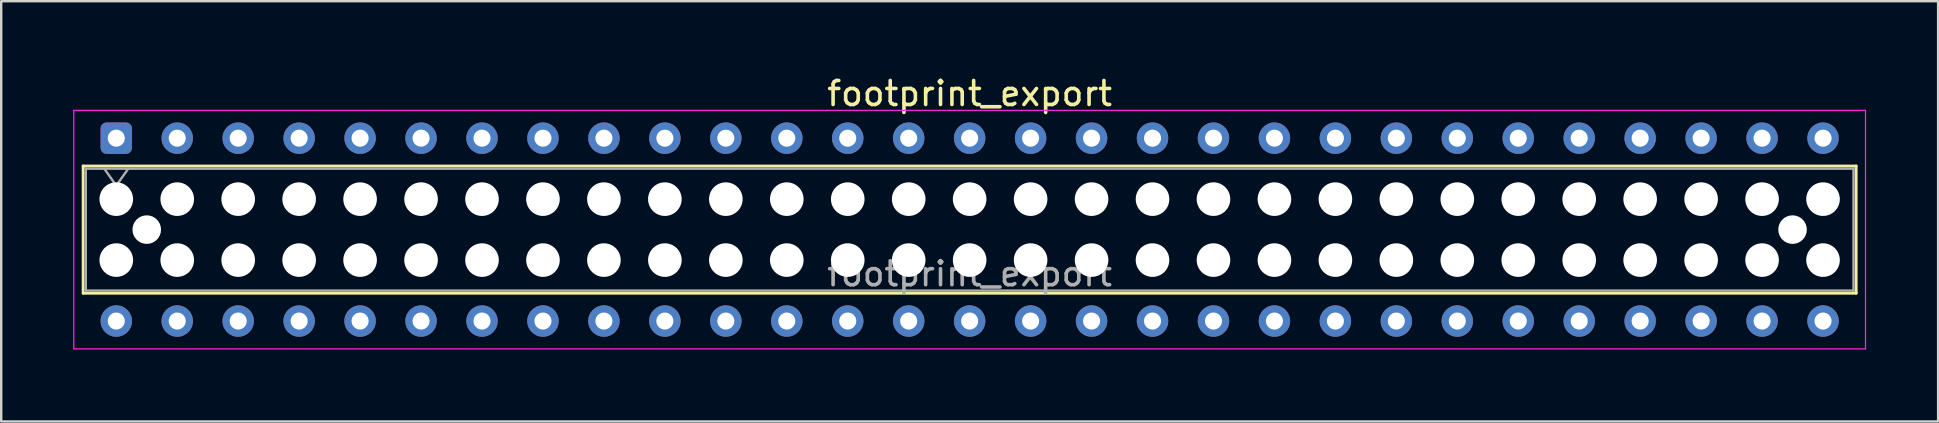
<source format=kicad_pcb>
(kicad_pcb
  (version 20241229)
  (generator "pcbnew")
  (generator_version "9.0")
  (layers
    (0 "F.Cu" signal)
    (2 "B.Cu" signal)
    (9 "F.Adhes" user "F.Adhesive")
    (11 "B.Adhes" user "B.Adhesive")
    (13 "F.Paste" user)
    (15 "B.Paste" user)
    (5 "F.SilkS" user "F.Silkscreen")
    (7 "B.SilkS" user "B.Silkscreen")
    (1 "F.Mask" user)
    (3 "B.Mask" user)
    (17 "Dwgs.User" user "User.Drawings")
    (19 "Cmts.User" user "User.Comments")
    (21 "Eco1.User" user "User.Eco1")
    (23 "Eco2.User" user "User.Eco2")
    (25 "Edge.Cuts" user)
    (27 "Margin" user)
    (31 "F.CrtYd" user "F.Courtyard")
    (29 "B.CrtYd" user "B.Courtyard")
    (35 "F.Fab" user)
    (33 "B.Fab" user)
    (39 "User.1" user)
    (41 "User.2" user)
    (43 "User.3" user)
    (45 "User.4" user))
  (footprint "footprint_export"
    (layer "F.Cu")
    (at 1.795 2.708)
    (property "Reference" "footprint_export" (at 35.56 -1.86 0) (layer "F.SilkS") (effects (font (size 1 1) (thickness 0.15))))
    (attr through_hole)
    (fp_line (start -1.38 1.16) (end 72.5 1.16) (stroke (width 0.12) (type solid)) (layer "F.SilkS"))
    (fp_line (start -1.38 6.46) (end -1.38 1.16) (stroke (width 0.12) (type solid)) (layer "F.SilkS"))
    (fp_line (start 72.5 1.16) (end 72.5 6.46) (stroke (width 0.12) (type solid)) (layer "F.SilkS"))
    (fp_line (start 72.5 6.46) (end -1.38 6.46) (stroke (width 0.12) (type solid)) (layer "F.SilkS"))
    (fp_line (start -1.77 -1.16) (end 72.89 -1.16) (stroke (width 0.05) (type solid)) (layer "F.CrtYd"))
    (fp_line (start -1.77 8.78) (end -1.77 -1.16) (stroke (width 0.05) (type solid)) (layer "F.CrtYd"))
    (fp_line (start 72.89 -1.16) (end 72.89 8.78) (stroke (width 0.05) (type solid)) (layer "F.CrtYd"))
    (fp_line (start 72.89 8.78) (end -1.77 8.78) (stroke (width 0.05) (type solid)) (layer "F.CrtYd"))
    (fp_line (start -1.27 1.27) (end 72.39 1.27) (stroke (width 0.1) (type solid)) (layer "F.Fab"))
    (fp_line (start -1.27 6.35) (end -1.27 1.27) (stroke (width 0.1) (type solid)) (layer "F.Fab"))
    (fp_line (start -0.5 1.27) (end 0 1.977) (stroke (width 0.1) (type solid)) (layer "F.Fab"))
    (fp_line (start 0 1.977) (end 0.5 1.27) (stroke (width 0.1) (type solid)) (layer "F.Fab"))
    (fp_line (start 72.39 1.27) (end 72.39 6.35) (stroke (width 0.1) (type solid)) (layer "F.Fab"))
    (fp_line (start 72.39 6.35) (end -1.27 6.35) (stroke (width 0.1) (type solid)) (layer "F.Fab"))
    (fp_text user "${REFERENCE}" (at 35.56 5.65 0) (layer "F.Fab") (effects (font (size 1 1) (thickness 0.15))))
    (pad "" np_thru_hole circle (at 0 2.54) (size 1.4 1.4) (drill 1.4) (layers "*.Cu" "*.Mask"))
    (pad "" np_thru_hole circle (at 0 5.08) (size 1.4 1.4) (drill 1.4) (layers "*.Cu" "*.Mask"))
    (pad "" np_thru_hole circle (at 1.27 3.81) (size 1.19 1.19) (drill 1.19) (layers "*.Cu" "*.Mask"))
    (pad "" np_thru_hole circle (at 2.54 2.54) (size 1.4 1.4) (drill 1.4) (layers "*.Cu" "*.Mask"))
    (pad "" np_thru_hole circle (at 2.54 5.08) (size 1.4 1.4) (drill 1.4) (layers "*.Cu" "*.Mask"))
    (pad "" np_thru_hole circle (at 5.08 2.54) (size 1.4 1.4) (drill 1.4) (layers "*.Cu" "*.Mask"))
    (pad "" np_thru_hole circle (at 5.08 5.08) (size 1.4 1.4) (drill 1.4) (layers "*.Cu" "*.Mask"))
    (pad "" np_thru_hole circle (at 7.62 2.54) (size 1.4 1.4) (drill 1.4) (layers "*.Cu" "*.Mask"))
    (pad "" np_thru_hole circle (at 7.62 5.08) (size 1.4 1.4) (drill 1.4) (layers "*.Cu" "*.Mask"))
    (pad "" np_thru_hole circle (at 10.16 2.54) (size 1.4 1.4) (drill 1.4) (layers "*.Cu" "*.Mask"))
    (pad "" np_thru_hole circle (at 10.16 5.08) (size 1.4 1.4) (drill 1.4) (layers "*.Cu" "*.Mask"))
    (pad "" np_thru_hole circle (at 12.7 2.54) (size 1.4 1.4) (drill 1.4) (layers "*.Cu" "*.Mask"))
    (pad "" np_thru_hole circle (at 12.7 5.08) (size 1.4 1.4) (drill 1.4) (layers "*.Cu" "*.Mask"))
    (pad "" np_thru_hole circle (at 15.24 2.54) (size 1.4 1.4) (drill 1.4) (layers "*.Cu" "*.Mask"))
    (pad "" np_thru_hole circle (at 15.24 5.08) (size 1.4 1.4) (drill 1.4) (layers "*.Cu" "*.Mask"))
    (pad "" np_thru_hole circle (at 17.78 2.54) (size 1.4 1.4) (drill 1.4) (layers "*.Cu" "*.Mask"))
    (pad "" np_thru_hole circle (at 17.78 5.08) (size 1.4 1.4) (drill 1.4) (layers "*.Cu" "*.Mask"))
    (pad "" np_thru_hole circle (at 20.32 2.54) (size 1.4 1.4) (drill 1.4) (layers "*.Cu" "*.Mask"))
    (pad "" np_thru_hole circle (at 20.32 5.08) (size 1.4 1.4) (drill 1.4) (layers "*.Cu" "*.Mask"))
    (pad "" np_thru_hole circle (at 22.86 2.54) (size 1.4 1.4) (drill 1.4) (layers "*.Cu" "*.Mask"))
    (pad "" np_thru_hole circle (at 22.86 5.08) (size 1.4 1.4) (drill 1.4) (layers "*.Cu" "*.Mask"))
    (pad "" np_thru_hole circle (at 25.4 2.54) (size 1.4 1.4) (drill 1.4) (layers "*.Cu" "*.Mask"))
    (pad "" np_thru_hole circle (at 25.4 5.08) (size 1.4 1.4) (drill 1.4) (layers "*.Cu" "*.Mask"))
    (pad "" np_thru_hole circle (at 27.94 2.54) (size 1.4 1.4) (drill 1.4) (layers "*.Cu" "*.Mask"))
    (pad "" np_thru_hole circle (at 27.94 5.08) (size 1.4 1.4) (drill 1.4) (layers "*.Cu" "*.Mask"))
    (pad "" np_thru_hole circle (at 30.48 2.54) (size 1.4 1.4) (drill 1.4) (layers "*.Cu" "*.Mask"))
    (pad "" np_thru_hole circle (at 30.48 5.08) (size 1.4 1.4) (drill 1.4) (layers "*.Cu" "*.Mask"))
    (pad "" np_thru_hole circle (at 33.02 2.54) (size 1.4 1.4) (drill 1.4) (layers "*.Cu" "*.Mask"))
    (pad "" np_thru_hole circle (at 33.02 5.08) (size 1.4 1.4) (drill 1.4) (layers "*.Cu" "*.Mask"))
    (pad "" np_thru_hole circle (at 35.56 2.54) (size 1.4 1.4) (drill 1.4) (layers "*.Cu" "*.Mask"))
    (pad "" np_thru_hole circle (at 35.56 5.08) (size 1.4 1.4) (drill 1.4) (layers "*.Cu" "*.Mask"))
    (pad "" np_thru_hole circle (at 38.1 2.54) (size 1.4 1.4) (drill 1.4) (layers "*.Cu" "*.Mask"))
    (pad "" np_thru_hole circle (at 38.1 5.08) (size 1.4 1.4) (drill 1.4) (layers "*.Cu" "*.Mask"))
    (pad "" np_thru_hole circle (at 40.64 2.54) (size 1.4 1.4) (drill 1.4) (layers "*.Cu" "*.Mask"))
    (pad "" np_thru_hole circle (at 40.64 5.08) (size 1.4 1.4) (drill 1.4) (layers "*.Cu" "*.Mask"))
    (pad "" np_thru_hole circle (at 43.18 2.54) (size 1.4 1.4) (drill 1.4) (layers "*.Cu" "*.Mask"))
    (pad "" np_thru_hole circle (at 43.18 5.08) (size 1.4 1.4) (drill 1.4) (layers "*.Cu" "*.Mask"))
    (pad "" np_thru_hole circle (at 45.72 2.54) (size 1.4 1.4) (drill 1.4) (layers "*.Cu" "*.Mask"))
    (pad "" np_thru_hole circle (at 45.72 5.08) (size 1.4 1.4) (drill 1.4) (layers "*.Cu" "*.Mask"))
    (pad "" np_thru_hole circle (at 48.26 2.54) (size 1.4 1.4) (drill 1.4) (layers "*.Cu" "*.Mask"))
    (pad "" np_thru_hole circle (at 48.26 5.08) (size 1.4 1.4) (drill 1.4) (layers "*.Cu" "*.Mask"))
    (pad "" np_thru_hole circle (at 50.8 2.54) (size 1.4 1.4) (drill 1.4) (layers "*.Cu" "*.Mask"))
    (pad "" np_thru_hole circle (at 50.8 5.08) (size 1.4 1.4) (drill 1.4) (layers "*.Cu" "*.Mask"))
    (pad "" np_thru_hole circle (at 53.34 2.54) (size 1.4 1.4) (drill 1.4) (layers "*.Cu" "*.Mask"))
    (pad "" np_thru_hole circle (at 53.34 5.08) (size 1.4 1.4) (drill 1.4) (layers "*.Cu" "*.Mask"))
    (pad "" np_thru_hole circle (at 55.88 2.54) (size 1.4 1.4) (drill 1.4) (layers "*.Cu" "*.Mask"))
    (pad "" np_thru_hole circle (at 55.88 5.08) (size 1.4 1.4) (drill 1.4) (layers "*.Cu" "*.Mask"))
    (pad "" np_thru_hole circle (at 58.42 2.54) (size 1.4 1.4) (drill 1.4) (layers "*.Cu" "*.Mask"))
    (pad "" np_thru_hole circle (at 58.42 5.08) (size 1.4 1.4) (drill 1.4) (layers "*.Cu" "*.Mask"))
    (pad "" np_thru_hole circle (at 60.96 2.54) (size 1.4 1.4) (drill 1.4) (layers "*.Cu" "*.Mask"))
    (pad "" np_thru_hole circle (at 60.96 5.08) (size 1.4 1.4) (drill 1.4) (layers "*.Cu" "*.Mask"))
    (pad "" np_thru_hole circle (at 63.5 2.54) (size 1.4 1.4) (drill 1.4) (layers "*.Cu" "*.Mask"))
    (pad "" np_thru_hole circle (at 63.5 5.08) (size 1.4 1.4) (drill 1.4) (layers "*.Cu" "*.Mask"))
    (pad "" np_thru_hole circle (at 66.04 2.54) (size 1.4 1.4) (drill 1.4) (layers "*.Cu" "*.Mask"))
    (pad "" np_thru_hole circle (at 66.04 5.08) (size 1.4 1.4) (drill 1.4) (layers "*.Cu" "*.Mask"))
    (pad "" np_thru_hole circle (at 68.58 2.54) (size 1.4 1.4) (drill 1.4) (layers "*.Cu" "*.Mask"))
    (pad "" np_thru_hole circle (at 68.58 5.08) (size 1.4 1.4) (drill 1.4) (layers "*.Cu" "*.Mask"))
    (pad "" np_thru_hole circle (at 69.85 3.81) (size 1.19 1.19) (drill 1.19) (layers "*.Cu" "*.Mask"))
    (pad "" np_thru_hole circle (at 71.12 2.54) (size 1.4 1.4) (drill 1.4) (layers "*.Cu" "*.Mask"))
    (pad "" np_thru_hole circle (at 71.12 5.08) (size 1.4 1.4) (drill 1.4) (layers "*.Cu" "*.Mask"))
    (pad "1" thru_hole roundrect (at 0 0) (size 1.31 1.31) (drill 0.71) (layers "*.Cu" "*.Mask") (roundrect_rratio 0.191))
    (pad "2" thru_hole circle (at 0 7.62) (size 1.31 1.31) (drill 0.71) (layers "*.Cu" "*.Mask"))
    (pad "3" thru_hole circle (at 2.54 0) (size 1.31 1.31) (drill 0.71) (layers "*.Cu" "*.Mask"))
    (pad "4" thru_hole circle (at 2.54 7.62) (size 1.31 1.31) (drill 0.71) (layers "*.Cu" "*.Mask"))
    (pad "5" thru_hole circle (at 5.08 0) (size 1.31 1.31) (drill 0.71) (layers "*.Cu" "*.Mask"))
    (pad "6" thru_hole circle (at 5.08 7.62) (size 1.31 1.31) (drill 0.71) (layers "*.Cu" "*.Mask"))
    (pad "7" thru_hole circle (at 7.62 0) (size 1.31 1.31) (drill 0.71) (layers "*.Cu" "*.Mask"))
    (pad "8" thru_hole circle (at 7.62 7.62) (size 1.31 1.31) (drill 0.71) (layers "*.Cu" "*.Mask"))
    (pad "9" thru_hole circle (at 10.16 0) (size 1.31 1.31) (drill 0.71) (layers "*.Cu" "*.Mask"))
    (pad "10" thru_hole circle (at 10.16 7.62) (size 1.31 1.31) (drill 0.71) (layers "*.Cu" "*.Mask"))
    (pad "11" thru_hole circle (at 12.7 0) (size 1.31 1.31) (drill 0.71) (layers "*.Cu" "*.Mask"))
    (pad "12" thru_hole circle (at 12.7 7.62) (size 1.31 1.31) (drill 0.71) (layers "*.Cu" "*.Mask"))
    (pad "13" thru_hole circle (at 15.24 0) (size 1.31 1.31) (drill 0.71) (layers "*.Cu" "*.Mask"))
    (pad "14" thru_hole circle (at 15.24 7.62) (size 1.31 1.31) (drill 0.71) (layers "*.Cu" "*.Mask"))
    (pad "15" thru_hole circle (at 17.78 0) (size 1.31 1.31) (drill 0.71) (layers "*.Cu" "*.Mask"))
    (pad "16" thru_hole circle (at 17.78 7.62) (size 1.31 1.31) (drill 0.71) (layers "*.Cu" "*.Mask"))
    (pad "17" thru_hole circle (at 20.32 0) (size 1.31 1.31) (drill 0.71) (layers "*.Cu" "*.Mask"))
    (pad "18" thru_hole circle (at 20.32 7.62) (size 1.31 1.31) (drill 0.71) (layers "*.Cu" "*.Mask"))
    (pad "19" thru_hole circle (at 22.86 0) (size 1.31 1.31) (drill 0.71) (layers "*.Cu" "*.Mask"))
    (pad "20" thru_hole circle (at 22.86 7.62) (size 1.31 1.31) (drill 0.71) (layers "*.Cu" "*.Mask"))
    (pad "21" thru_hole circle (at 25.4 0) (size 1.31 1.31) (drill 0.71) (layers "*.Cu" "*.Mask"))
    (pad "22" thru_hole circle (at 25.4 7.62) (size 1.31 1.31) (drill 0.71) (layers "*.Cu" "*.Mask"))
    (pad "23" thru_hole circle (at 27.94 0) (size 1.31 1.31) (drill 0.71) (layers "*.Cu" "*.Mask"))
    (pad "24" thru_hole circle (at 27.94 7.62) (size 1.31 1.31) (drill 0.71) (layers "*.Cu" "*.Mask"))
    (pad "25" thru_hole circle (at 30.48 0) (size 1.31 1.31) (drill 0.71) (layers "*.Cu" "*.Mask"))
    (pad "26" thru_hole circle (at 30.48 7.62) (size 1.31 1.31) (drill 0.71) (layers "*.Cu" "*.Mask"))
    (pad "27" thru_hole circle (at 33.02 0) (size 1.31 1.31) (drill 0.71) (layers "*.Cu" "*.Mask"))
    (pad "28" thru_hole circle (at 33.02 7.62) (size 1.31 1.31) (drill 0.71) (layers "*.Cu" "*.Mask"))
    (pad "29" thru_hole circle (at 35.56 0) (size 1.31 1.31) (drill 0.71) (layers "*.Cu" "*.Mask"))
    (pad "30" thru_hole circle (at 35.56 7.62) (size 1.31 1.31) (drill 0.71) (layers "*.Cu" "*.Mask"))
    (pad "31" thru_hole circle (at 38.1 0) (size 1.31 1.31) (drill 0.71) (layers "*.Cu" "*.Mask"))
    (pad "32" thru_hole circle (at 38.1 7.62) (size 1.31 1.31) (drill 0.71) (layers "*.Cu" "*.Mask"))
    (pad "33" thru_hole circle (at 40.64 0) (size 1.31 1.31) (drill 0.71) (layers "*.Cu" "*.Mask"))
    (pad "34" thru_hole circle (at 40.64 7.62) (size 1.31 1.31) (drill 0.71) (layers "*.Cu" "*.Mask"))
    (pad "35" thru_hole circle (at 43.18 0) (size 1.31 1.31) (drill 0.71) (layers "*.Cu" "*.Mask"))
    (pad "36" thru_hole circle (at 43.18 7.62) (size 1.31 1.31) (drill 0.71) (layers "*.Cu" "*.Mask"))
    (pad "37" thru_hole circle (at 45.72 0) (size 1.31 1.31) (drill 0.71) (layers "*.Cu" "*.Mask"))
    (pad "38" thru_hole circle (at 45.72 7.62) (size 1.31 1.31) (drill 0.71) (layers "*.Cu" "*.Mask"))
    (pad "39" thru_hole circle (at 48.26 0) (size 1.31 1.31) (drill 0.71) (layers "*.Cu" "*.Mask"))
    (pad "40" thru_hole circle (at 48.26 7.62) (size 1.31 1.31) (drill 0.71) (layers "*.Cu" "*.Mask"))
    (pad "41" thru_hole circle (at 50.8 0) (size 1.31 1.31) (drill 0.71) (layers "*.Cu" "*.Mask"))
    (pad "42" thru_hole circle (at 50.8 7.62) (size 1.31 1.31) (drill 0.71) (layers "*.Cu" "*.Mask"))
    (pad "43" thru_hole circle (at 53.34 0) (size 1.31 1.31) (drill 0.71) (layers "*.Cu" "*.Mask"))
    (pad "44" thru_hole circle (at 53.34 7.62) (size 1.31 1.31) (drill 0.71) (layers "*.Cu" "*.Mask"))
    (pad "45" thru_hole circle (at 55.88 0) (size 1.31 1.31) (drill 0.71) (layers "*.Cu" "*.Mask"))
    (pad "46" thru_hole circle (at 55.88 7.62) (size 1.31 1.31) (drill 0.71) (layers "*.Cu" "*.Mask"))
    (pad "47" thru_hole circle (at 58.42 0) (size 1.31 1.31) (drill 0.71) (layers "*.Cu" "*.Mask"))
    (pad "48" thru_hole circle (at 58.42 7.62) (size 1.31 1.31) (drill 0.71) (layers "*.Cu" "*.Mask"))
    (pad "49" thru_hole circle (at 60.96 0) (size 1.31 1.31) (drill 0.71) (layers "*.Cu" "*.Mask"))
    (pad "50" thru_hole circle (at 60.96 7.62) (size 1.31 1.31) (drill 0.71) (layers "*.Cu" "*.Mask"))
    (pad "51" thru_hole circle (at 63.5 0) (size 1.31 1.31) (drill 0.71) (layers "*.Cu" "*.Mask"))
    (pad "52" thru_hole circle (at 63.5 7.62) (size 1.31 1.31) (drill 0.71) (layers "*.Cu" "*.Mask"))
    (pad "53" thru_hole circle (at 66.04 0) (size 1.31 1.31) (drill 0.71) (layers "*.Cu" "*.Mask"))
    (pad "54" thru_hole circle (at 66.04 7.62) (size 1.31 1.31) (drill 0.71) (layers "*.Cu" "*.Mask"))
    (pad "55" thru_hole circle (at 68.58 0) (size 1.31 1.31) (drill 0.71) (layers "*.Cu" "*.Mask"))
    (pad "56" thru_hole circle (at 68.58 7.62) (size 1.31 1.31) (drill 0.71) (layers "*.Cu" "*.Mask"))
    (pad "57" thru_hole circle (at 71.12 0) (size 1.31 1.31) (drill 0.71) (layers "*.Cu" "*.Mask"))
    (pad "58" thru_hole circle (at 71.12 7.62) (size 1.31 1.31) (drill 0.71) (layers "*.Cu" "*.Mask")))
  (gr_rect
    (start -3 -3)
    (end 77.71 14.513)
    (stroke (width 0.1) (type default))
    (fill no)
    (layer "Edge.Cuts")))
</source>
